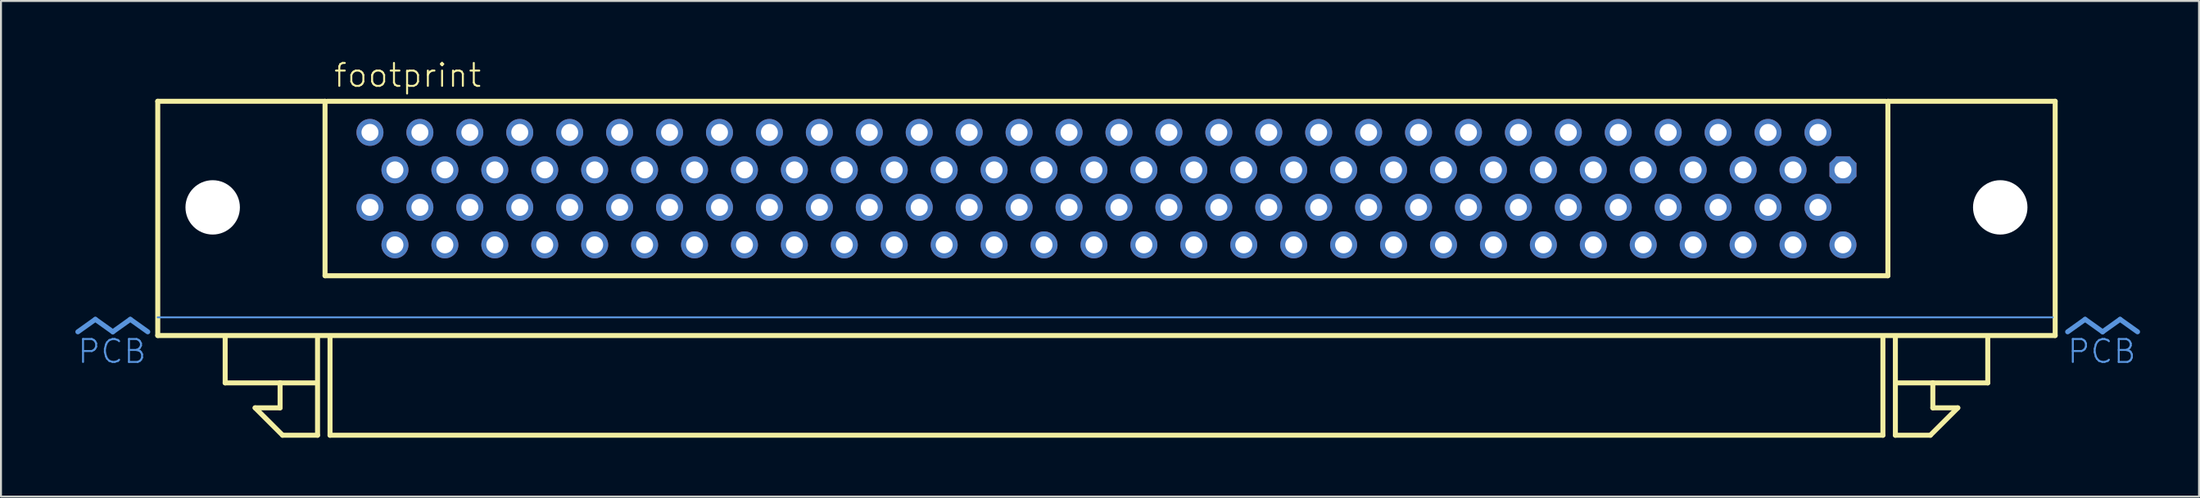
<source format=kicad_pcb>
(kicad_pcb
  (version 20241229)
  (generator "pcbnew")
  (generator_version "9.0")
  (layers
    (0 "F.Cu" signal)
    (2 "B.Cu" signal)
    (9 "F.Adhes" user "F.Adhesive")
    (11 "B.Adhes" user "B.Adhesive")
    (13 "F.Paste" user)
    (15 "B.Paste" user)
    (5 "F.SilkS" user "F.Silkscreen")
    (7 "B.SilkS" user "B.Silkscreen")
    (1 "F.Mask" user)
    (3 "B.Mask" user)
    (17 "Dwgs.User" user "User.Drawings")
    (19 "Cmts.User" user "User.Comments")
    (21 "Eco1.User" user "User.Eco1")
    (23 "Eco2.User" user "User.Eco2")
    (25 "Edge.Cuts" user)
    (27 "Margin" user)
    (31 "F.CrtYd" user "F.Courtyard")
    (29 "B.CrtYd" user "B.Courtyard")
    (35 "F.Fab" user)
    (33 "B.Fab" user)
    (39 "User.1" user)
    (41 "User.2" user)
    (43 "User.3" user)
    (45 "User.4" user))
  (footprint "footprint"
    (layer "F.Cu")
    (at 53.235 12.586)
    (property "Reference" "footprint" (at -39.37 -11.113 0) (layer "F.SilkS") (effects (font (size 1.168 1.168) (thickness 0.102)) (justify left bottom)))
    (fp_line (start -48.26 -10.477) (end -39.751 -10.477) (stroke (width 0.254) (type solid)) (layer "F.SilkS"))
    (fp_line (start -48.26 1.46) (end -48.26 -10.477) (stroke (width 0.254) (type solid)) (layer "F.SilkS"))
    (fp_line (start -44.831 3.873) (end -44.831 1.587) (stroke (width 0.254) (type solid)) (layer "F.SilkS"))
    (fp_line (start -43.307 5.144) (end -42.037 5.144) (stroke (width 0.254) (type solid)) (layer "F.SilkS"))
    (fp_line (start -42.037 3.873) (end -44.831 3.873) (stroke (width 0.254) (type solid)) (layer "F.SilkS"))
    (fp_line (start -42.037 3.873) (end -40.259 3.873) (stroke (width 0.254) (type solid)) (layer "F.SilkS"))
    (fp_line (start -42.037 5.144) (end -42.037 3.873) (stroke (width 0.254) (type solid)) (layer "F.SilkS"))
    (fp_line (start -41.91 6.54) (end -43.307 5.144) (stroke (width 0.254) (type solid)) (layer "F.SilkS"))
    (fp_line (start -40.132 1.587) (end -40.132 6.54) (stroke (width 0.254) (type solid)) (layer "F.SilkS"))
    (fp_line (start -40.132 6.54) (end -41.91 6.54) (stroke (width 0.254) (type solid)) (layer "F.SilkS"))
    (fp_line (start -39.751 -10.477) (end -39.751 -1.587) (stroke (width 0.254) (type solid)) (layer "F.SilkS"))
    (fp_line (start -39.751 -1.587) (end 39.751 -1.587) (stroke (width 0.254) (type solid)) (layer "F.SilkS"))
    (fp_line (start -39.624 -10.477) (end 39.624 -10.477) (stroke (width 0.254) (type solid)) (layer "F.SilkS"))
    (fp_line (start -39.497 6.54) (end -39.497 1.587) (stroke (width 0.254) (type solid)) (layer "F.SilkS"))
    (fp_line (start 39.497 1.587) (end 39.497 6.54) (stroke (width 0.254) (type solid)) (layer "F.SilkS"))
    (fp_line (start 39.497 6.54) (end -39.497 6.54) (stroke (width 0.254) (type solid)) (layer "F.SilkS"))
    (fp_line (start 39.751 -10.477) (end 48.26 -10.477) (stroke (width 0.254) (type solid)) (layer "F.SilkS"))
    (fp_line (start 39.751 -1.587) (end 39.751 -10.477) (stroke (width 0.254) (type solid)) (layer "F.SilkS"))
    (fp_line (start 40.132 1.587) (end 40.132 6.54) (stroke (width 0.254) (type solid)) (layer "F.SilkS"))
    (fp_line (start 40.132 6.54) (end 41.91 6.54) (stroke (width 0.254) (type solid)) (layer "F.SilkS"))
    (fp_line (start 41.91 6.54) (end 43.307 5.144) (stroke (width 0.254) (type solid)) (layer "F.SilkS"))
    (fp_line (start 42.037 3.873) (end 40.259 3.873) (stroke (width 0.254) (type solid)) (layer "F.SilkS"))
    (fp_line (start 42.037 3.873) (end 44.831 3.873) (stroke (width 0.254) (type solid)) (layer "F.SilkS"))
    (fp_line (start 42.037 5.144) (end 42.037 3.873) (stroke (width 0.254) (type solid)) (layer "F.SilkS"))
    (fp_line (start 43.307 5.144) (end 42.037 5.144) (stroke (width 0.254) (type solid)) (layer "F.SilkS"))
    (fp_line (start 44.831 3.873) (end 44.831 1.587) (stroke (width 0.254) (type solid)) (layer "F.SilkS"))
    (fp_line (start 48.26 -10.477) (end 48.26 1.46) (stroke (width 0.254) (type solid)) (layer "F.SilkS"))
    (fp_line (start 48.26 1.46) (end -48.26 1.46) (stroke (width 0.254) (type solid)) (layer "F.SilkS"))
    (fp_line (start -51.435 0.635) (end -52.324 1.27) (stroke (width 0.254) (type solid)) (layer "Cmts.User"))
    (fp_line (start -51.435 0.635) (end -50.546 1.27) (stroke (width 0.254) (type solid)) (layer "Cmts.User"))
    (fp_line (start -49.657 0.635) (end -50.546 1.27) (stroke (width 0.254) (type solid)) (layer "Cmts.User"))
    (fp_line (start -49.657 0.635) (end -48.768 1.27) (stroke (width 0.254) (type solid)) (layer "Cmts.User"))
    (fp_line (start -48.26 0.533) (end 48.133 0.533) (stroke (width 0.1) (type solid)) (layer "Cmts.User"))
    (fp_line (start 49.784 0.635) (end 48.895 1.27) (stroke (width 0.254) (type solid)) (layer "Cmts.User"))
    (fp_line (start 49.784 0.635) (end 50.673 1.27) (stroke (width 0.254) (type solid)) (layer "Cmts.User"))
    (fp_line (start 51.562 0.635) (end 50.673 1.27) (stroke (width 0.254) (type solid)) (layer "Cmts.User"))
    (fp_line (start 51.562 0.635) (end 52.451 1.27) (stroke (width 0.254) (type solid)) (layer "Cmts.User"))
    (fp_text user "PCB" (at 52.451 1.587 0) (layer "Cmts.User") (effects (font (size 1.168 1.168) (thickness 0.102)) (justify right top)))
    (fp_text user " PCB" (at -48.768 1.587 0) (layer "Cmts.User") (effects (font (size 1.168 1.168) (thickness 0.102)) (justify right top)))
    (pad "" np_thru_hole circle (at -45.466 -5.07) (size 2.769 2.769) (drill 2.769) (layers "*.Cu" "*.Mask"))
    (pad "" np_thru_hole circle (at 45.466 -5.07) (size 2.769 2.769) (drill 2.769) (layers "*.Cu" "*.Mask"))
    (pad "1" thru_hole roundrect (at 37.465 -6.98) (size 1.372 1.372) (drill 0.864) (layers "*.Cu" "*.Mask") (roundrect_rratio 0.25) (chamfer_ratio 0.25) (chamfer top_left top_right bottom_left bottom_right))
    (pad "2" thru_hole circle (at 36.195 -8.89) (size 1.372 1.372) (drill 0.864) (layers "*.Cu" "*.Mask"))
    (pad "3" thru_hole circle (at 34.925 -6.98) (size 1.372 1.372) (drill 0.864) (layers "*.Cu" "*.Mask"))
    (pad "4" thru_hole circle (at 33.655 -8.89) (size 1.372 1.372) (drill 0.864) (layers "*.Cu" "*.Mask"))
    (pad "5" thru_hole circle (at 32.385 -6.98) (size 1.372 1.372) (drill 0.864) (layers "*.Cu" "*.Mask"))
    (pad "6" thru_hole circle (at 31.115 -8.89) (size 1.372 1.372) (drill 0.864) (layers "*.Cu" "*.Mask"))
    (pad "7" thru_hole circle (at 29.845 -6.98) (size 1.372 1.372) (drill 0.864) (layers "*.Cu" "*.Mask"))
    (pad "8" thru_hole circle (at 28.575 -8.89) (size 1.372 1.372) (drill 0.864) (layers "*.Cu" "*.Mask"))
    (pad "9" thru_hole circle (at 27.305 -6.98) (size 1.372 1.372) (drill 0.864) (layers "*.Cu" "*.Mask"))
    (pad "10" thru_hole circle (at 26.035 -8.89) (size 1.372 1.372) (drill 0.864) (layers "*.Cu" "*.Mask"))
    (pad "11" thru_hole circle (at 24.765 -6.98) (size 1.372 1.372) (drill 0.864) (layers "*.Cu" "*.Mask"))
    (pad "12" thru_hole circle (at 23.495 -8.89) (size 1.372 1.372) (drill 0.864) (layers "*.Cu" "*.Mask"))
    (pad "13" thru_hole circle (at 22.225 -6.98) (size 1.372 1.372) (drill 0.864) (layers "*.Cu" "*.Mask"))
    (pad "14" thru_hole circle (at 20.955 -8.89) (size 1.372 1.372) (drill 0.864) (layers "*.Cu" "*.Mask"))
    (pad "15" thru_hole circle (at 19.685 -6.98) (size 1.372 1.372) (drill 0.864) (layers "*.Cu" "*.Mask"))
    (pad "16" thru_hole circle (at 18.415 -8.89) (size 1.372 1.372) (drill 0.864) (layers "*.Cu" "*.Mask"))
    (pad "17" thru_hole circle (at 17.145 -6.98) (size 1.372 1.372) (drill 0.864) (layers "*.Cu" "*.Mask"))
    (pad "18" thru_hole circle (at 15.875 -8.89) (size 1.372 1.372) (drill 0.864) (layers "*.Cu" "*.Mask"))
    (pad "19" thru_hole circle (at 14.605 -6.98) (size 1.372 1.372) (drill 0.864) (layers "*.Cu" "*.Mask"))
    (pad "20" thru_hole circle (at 13.335 -8.89) (size 1.372 1.372) (drill 0.864) (layers "*.Cu" "*.Mask"))
    (pad "21" thru_hole circle (at 12.065 -6.98) (size 1.372 1.372) (drill 0.864) (layers "*.Cu" "*.Mask"))
    (pad "22" thru_hole circle (at 10.795 -8.89) (size 1.372 1.372) (drill 0.864) (layers "*.Cu" "*.Mask"))
    (pad "23" thru_hole circle (at 9.525 -6.98) (size 1.372 1.372) (drill 0.864) (layers "*.Cu" "*.Mask"))
    (pad "24" thru_hole circle (at 8.255 -8.89) (size 1.372 1.372) (drill 0.864) (layers "*.Cu" "*.Mask"))
    (pad "25" thru_hole circle (at 6.985 -6.98) (size 1.372 1.372) (drill 0.864) (layers "*.Cu" "*.Mask"))
    (pad "26" thru_hole circle (at 5.715 -8.89) (size 1.372 1.372) (drill 0.864) (layers "*.Cu" "*.Mask"))
    (pad "27" thru_hole circle (at 4.445 -6.98) (size 1.372 1.372) (drill 0.864) (layers "*.Cu" "*.Mask"))
    (pad "28" thru_hole circle (at 3.175 -8.89) (size 1.372 1.372) (drill 0.864) (layers "*.Cu" "*.Mask"))
    (pad "29" thru_hole circle (at 1.905 -6.98) (size 1.372 1.372) (drill 0.864) (layers "*.Cu" "*.Mask"))
    (pad "30" thru_hole circle (at 0.635 -8.89) (size 1.372 1.372) (drill 0.864) (layers "*.Cu" "*.Mask"))
    (pad "31" thru_hole circle (at -0.635 -6.98) (size 1.372 1.372) (drill 0.864) (layers "*.Cu" "*.Mask"))
    (pad "32" thru_hole circle (at -1.905 -8.89) (size 1.372 1.372) (drill 0.864) (layers "*.Cu" "*.Mask"))
    (pad "33" thru_hole circle (at -3.175 -6.98) (size 1.372 1.372) (drill 0.864) (layers "*.Cu" "*.Mask"))
    (pad "34" thru_hole circle (at -4.445 -8.89) (size 1.372 1.372) (drill 0.864) (layers "*.Cu" "*.Mask"))
    (pad "35" thru_hole circle (at -5.715 -6.98) (size 1.372 1.372) (drill 0.864) (layers "*.Cu" "*.Mask"))
    (pad "36" thru_hole circle (at -6.985 -8.89) (size 1.372 1.372) (drill 0.864) (layers "*.Cu" "*.Mask"))
    (pad "37" thru_hole circle (at -8.255 -6.98) (size 1.372 1.372) (drill 0.864) (layers "*.Cu" "*.Mask"))
    (pad "38" thru_hole circle (at -9.525 -8.89) (size 1.372 1.372) (drill 0.864) (layers "*.Cu" "*.Mask"))
    (pad "39" thru_hole circle (at -10.795 -6.98) (size 1.372 1.372) (drill 0.864) (layers "*.Cu" "*.Mask"))
    (pad "40" thru_hole circle (at -12.065 -8.89) (size 1.372 1.372) (drill 0.864) (layers "*.Cu" "*.Mask"))
    (pad "41" thru_hole circle (at -13.335 -6.98) (size 1.372 1.372) (drill 0.864) (layers "*.Cu" "*.Mask"))
    (pad "42" thru_hole circle (at -14.605 -8.89) (size 1.372 1.372) (drill 0.864) (layers "*.Cu" "*.Mask"))
    (pad "43" thru_hole circle (at -15.875 -6.98) (size 1.372 1.372) (drill 0.864) (layers "*.Cu" "*.Mask"))
    (pad "44" thru_hole circle (at -17.145 -8.89) (size 1.372 1.372) (drill 0.864) (layers "*.Cu" "*.Mask"))
    (pad "45" thru_hole circle (at -18.415 -6.98) (size 1.372 1.372) (drill 0.864) (layers "*.Cu" "*.Mask"))
    (pad "46" thru_hole circle (at -19.685 -8.89) (size 1.372 1.372) (drill 0.864) (layers "*.Cu" "*.Mask"))
    (pad "47" thru_hole circle (at -20.955 -6.98) (size 1.372 1.372) (drill 0.864) (layers "*.Cu" "*.Mask"))
    (pad "48" thru_hole circle (at -22.225 -8.89) (size 1.372 1.372) (drill 0.864) (layers "*.Cu" "*.Mask"))
    (pad "49" thru_hole circle (at -23.495 -6.98) (size 1.372 1.372) (drill 0.864) (layers "*.Cu" "*.Mask"))
    (pad "50" thru_hole circle (at -24.765 -8.89) (size 1.372 1.372) (drill 0.864) (layers "*.Cu" "*.Mask"))
    (pad "51" thru_hole circle (at -26.035 -6.98) (size 1.372 1.372) (drill 0.864) (layers "*.Cu" "*.Mask"))
    (pad "52" thru_hole circle (at -27.305 -8.89) (size 1.372 1.372) (drill 0.864) (layers "*.Cu" "*.Mask"))
    (pad "53" thru_hole circle (at -28.575 -6.98) (size 1.372 1.372) (drill 0.864) (layers "*.Cu" "*.Mask"))
    (pad "54" thru_hole circle (at -29.845 -8.89) (size 1.372 1.372) (drill 0.864) (layers "*.Cu" "*.Mask"))
    (pad "55" thru_hole circle (at -31.115 -6.98) (size 1.372 1.372) (drill 0.864) (layers "*.Cu" "*.Mask"))
    (pad "56" thru_hole circle (at -32.385 -8.89) (size 1.372 1.372) (drill 0.864) (layers "*.Cu" "*.Mask"))
    (pad "57" thru_hole circle (at -33.655 -6.98) (size 1.372 1.372) (drill 0.864) (layers "*.Cu" "*.Mask"))
    (pad "58" thru_hole circle (at -34.925 -8.89) (size 1.372 1.372) (drill 0.864) (layers "*.Cu" "*.Mask"))
    (pad "59" thru_hole circle (at -36.195 -6.98) (size 1.372 1.372) (drill 0.864) (layers "*.Cu" "*.Mask"))
    (pad "60" thru_hole circle (at -37.465 -8.89) (size 1.372 1.372) (drill 0.864) (layers "*.Cu" "*.Mask"))
    (pad "61" thru_hole circle (at 37.465 -3.16) (size 1.372 1.372) (drill 0.864) (layers "*.Cu" "*.Mask"))
    (pad "62" thru_hole circle (at 36.195 -5.07) (size 1.372 1.372) (drill 0.864) (layers "*.Cu" "*.Mask"))
    (pad "63" thru_hole circle (at 34.925 -3.16) (size 1.372 1.372) (drill 0.864) (layers "*.Cu" "*.Mask"))
    (pad "64" thru_hole circle (at 33.655 -5.07) (size 1.372 1.372) (drill 0.864) (layers "*.Cu" "*.Mask"))
    (pad "65" thru_hole circle (at 32.385 -3.16) (size 1.372 1.372) (drill 0.864) (layers "*.Cu" "*.Mask"))
    (pad "66" thru_hole circle (at 31.115 -5.07) (size 1.372 1.372) (drill 0.864) (layers "*.Cu" "*.Mask"))
    (pad "67" thru_hole circle (at 29.845 -3.16) (size 1.372 1.372) (drill 0.864) (layers "*.Cu" "*.Mask"))
    (pad "68" thru_hole circle (at 28.575 -5.07) (size 1.372 1.372) (drill 0.864) (layers "*.Cu" "*.Mask"))
    (pad "69" thru_hole circle (at 27.305 -3.16) (size 1.372 1.372) (drill 0.864) (layers "*.Cu" "*.Mask"))
    (pad "70" thru_hole circle (at 26.035 -5.07) (size 1.372 1.372) (drill 0.864) (layers "*.Cu" "*.Mask"))
    (pad "71" thru_hole circle (at 24.765 -3.16) (size 1.372 1.372) (drill 0.864) (layers "*.Cu" "*.Mask"))
    (pad "72" thru_hole circle (at 23.495 -5.07) (size 1.372 1.372) (drill 0.864) (layers "*.Cu" "*.Mask"))
    (pad "73" thru_hole circle (at 22.225 -3.16) (size 1.372 1.372) (drill 0.864) (layers "*.Cu" "*.Mask"))
    (pad "74" thru_hole circle (at 20.955 -5.07) (size 1.372 1.372) (drill 0.864) (layers "*.Cu" "*.Mask"))
    (pad "75" thru_hole circle (at 19.685 -3.16) (size 1.372 1.372) (drill 0.864) (layers "*.Cu" "*.Mask"))
    (pad "76" thru_hole circle (at 18.415 -5.07) (size 1.372 1.372) (drill 0.864) (layers "*.Cu" "*.Mask"))
    (pad "77" thru_hole circle (at 17.145 -3.16) (size 1.372 1.372) (drill 0.864) (layers "*.Cu" "*.Mask"))
    (pad "78" thru_hole circle (at 15.875 -5.07) (size 1.372 1.372) (drill 0.864) (layers "*.Cu" "*.Mask"))
    (pad "79" thru_hole circle (at 14.605 -3.16) (size 1.372 1.372) (drill 0.864) (layers "*.Cu" "*.Mask"))
    (pad "80" thru_hole circle (at 13.335 -5.07) (size 1.372 1.372) (drill 0.864) (layers "*.Cu" "*.Mask"))
    (pad "81" thru_hole circle (at 12.065 -3.16) (size 1.372 1.372) (drill 0.864) (layers "*.Cu" "*.Mask"))
    (pad "82" thru_hole circle (at 10.795 -5.07) (size 1.372 1.372) (drill 0.864) (layers "*.Cu" "*.Mask"))
    (pad "83" thru_hole circle (at 9.525 -3.16) (size 1.372 1.372) (drill 0.864) (layers "*.Cu" "*.Mask"))
    (pad "84" thru_hole circle (at 8.255 -5.07) (size 1.372 1.372) (drill 0.864) (layers "*.Cu" "*.Mask"))
    (pad "85" thru_hole circle (at 6.985 -3.16) (size 1.372 1.372) (drill 0.864) (layers "*.Cu" "*.Mask"))
    (pad "86" thru_hole circle (at 5.715 -5.07) (size 1.372 1.372) (drill 0.864) (layers "*.Cu" "*.Mask"))
    (pad "87" thru_hole circle (at 4.445 -3.16) (size 1.372 1.372) (drill 0.864) (layers "*.Cu" "*.Mask"))
    (pad "88" thru_hole circle (at 3.175 -5.07) (size 1.372 1.372) (drill 0.864) (layers "*.Cu" "*.Mask"))
    (pad "89" thru_hole circle (at 1.905 -3.16) (size 1.372 1.372) (drill 0.864) (layers "*.Cu" "*.Mask"))
    (pad "90" thru_hole circle (at 0.635 -5.07) (size 1.372 1.372) (drill 0.864) (layers "*.Cu" "*.Mask"))
    (pad "91" thru_hole circle (at -0.635 -3.16) (size 1.372 1.372) (drill 0.864) (layers "*.Cu" "*.Mask"))
    (pad "92" thru_hole circle (at -1.905 -5.07) (size 1.372 1.372) (drill 0.864) (layers "*.Cu" "*.Mask"))
    (pad "93" thru_hole circle (at -3.175 -3.16) (size 1.372 1.372) (drill 0.864) (layers "*.Cu" "*.Mask"))
    (pad "94" thru_hole circle (at -4.445 -5.07) (size 1.372 1.372) (drill 0.864) (layers "*.Cu" "*.Mask"))
    (pad "95" thru_hole circle (at -5.715 -3.16) (size 1.372 1.372) (drill 0.864) (layers "*.Cu" "*.Mask"))
    (pad "96" thru_hole circle (at -6.985 -5.07) (size 1.372 1.372) (drill 0.864) (layers "*.Cu" "*.Mask"))
    (pad "97" thru_hole circle (at -8.255 -3.16) (size 1.372 1.372) (drill 0.864) (layers "*.Cu" "*.Mask"))
    (pad "98" thru_hole circle (at -9.525 -5.07) (size 1.372 1.372) (drill 0.864) (layers "*.Cu" "*.Mask"))
    (pad "99" thru_hole circle (at -10.795 -3.16) (size 1.372 1.372) (drill 0.864) (layers "*.Cu" "*.Mask"))
    (pad "100" thru_hole circle (at -12.065 -5.07) (size 1.372 1.372) (drill 0.864) (layers "*.Cu" "*.Mask"))
    (pad "101" thru_hole circle (at -13.335 -3.16) (size 1.372 1.372) (drill 0.864) (layers "*.Cu" "*.Mask"))
    (pad "102" thru_hole circle (at -14.605 -5.07) (size 1.372 1.372) (drill 0.864) (layers "*.Cu" "*.Mask"))
    (pad "103" thru_hole circle (at -15.875 -3.16) (size 1.372 1.372) (drill 0.864) (layers "*.Cu" "*.Mask"))
    (pad "104" thru_hole circle (at -17.145 -5.07) (size 1.372 1.372) (drill 0.864) (layers "*.Cu" "*.Mask"))
    (pad "105" thru_hole circle (at -18.415 -3.16) (size 1.372 1.372) (drill 0.864) (layers "*.Cu" "*.Mask"))
    (pad "106" thru_hole circle (at -19.685 -5.07) (size 1.372 1.372) (drill 0.864) (layers "*.Cu" "*.Mask"))
    (pad "107" thru_hole circle (at -20.955 -3.16) (size 1.372 1.372) (drill 0.864) (layers "*.Cu" "*.Mask"))
    (pad "108" thru_hole circle (at -22.225 -5.07) (size 1.372 1.372) (drill 0.864) (layers "*.Cu" "*.Mask"))
    (pad "109" thru_hole circle (at -23.495 -3.16) (size 1.372 1.372) (drill 0.864) (layers "*.Cu" "*.Mask"))
    (pad "110" thru_hole circle (at -24.765 -5.07) (size 1.372 1.372) (drill 0.864) (layers "*.Cu" "*.Mask"))
    (pad "111" thru_hole circle (at -26.035 -3.16) (size 1.372 1.372) (drill 0.864) (layers "*.Cu" "*.Mask"))
    (pad "112" thru_hole circle (at -27.305 -5.07) (size 1.372 1.372) (drill 0.864) (layers "*.Cu" "*.Mask"))
    (pad "113" thru_hole circle (at -28.575 -3.16) (size 1.372 1.372) (drill 0.864) (layers "*.Cu" "*.Mask"))
    (pad "114" thru_hole circle (at -29.845 -5.07) (size 1.372 1.372) (drill 0.864) (layers "*.Cu" "*.Mask"))
    (pad "115" thru_hole circle (at -31.115 -3.16) (size 1.372 1.372) (drill 0.864) (layers "*.Cu" "*.Mask"))
    (pad "116" thru_hole circle (at -32.385 -5.07) (size 1.372 1.372) (drill 0.864) (layers "*.Cu" "*.Mask"))
    (pad "117" thru_hole circle (at -33.655 -3.16) (size 1.372 1.372) (drill 0.864) (layers "*.Cu" "*.Mask"))
    (pad "118" thru_hole circle (at -34.925 -5.07) (size 1.372 1.372) (drill 0.864) (layers "*.Cu" "*.Mask"))
    (pad "119" thru_hole circle (at -36.195 -3.16) (size 1.372 1.372) (drill 0.864) (layers "*.Cu" "*.Mask"))
    (pad "120" thru_hole circle (at -37.465 -5.07) (size 1.372 1.372) (drill 0.864) (layers "*.Cu" "*.Mask")))
  (gr_rect
    (start -3 -3)
    (end 108.813 22.253)
    (stroke (width 0.1) (type default))
    (fill no)
    (layer "Edge.Cuts")))
</source>
